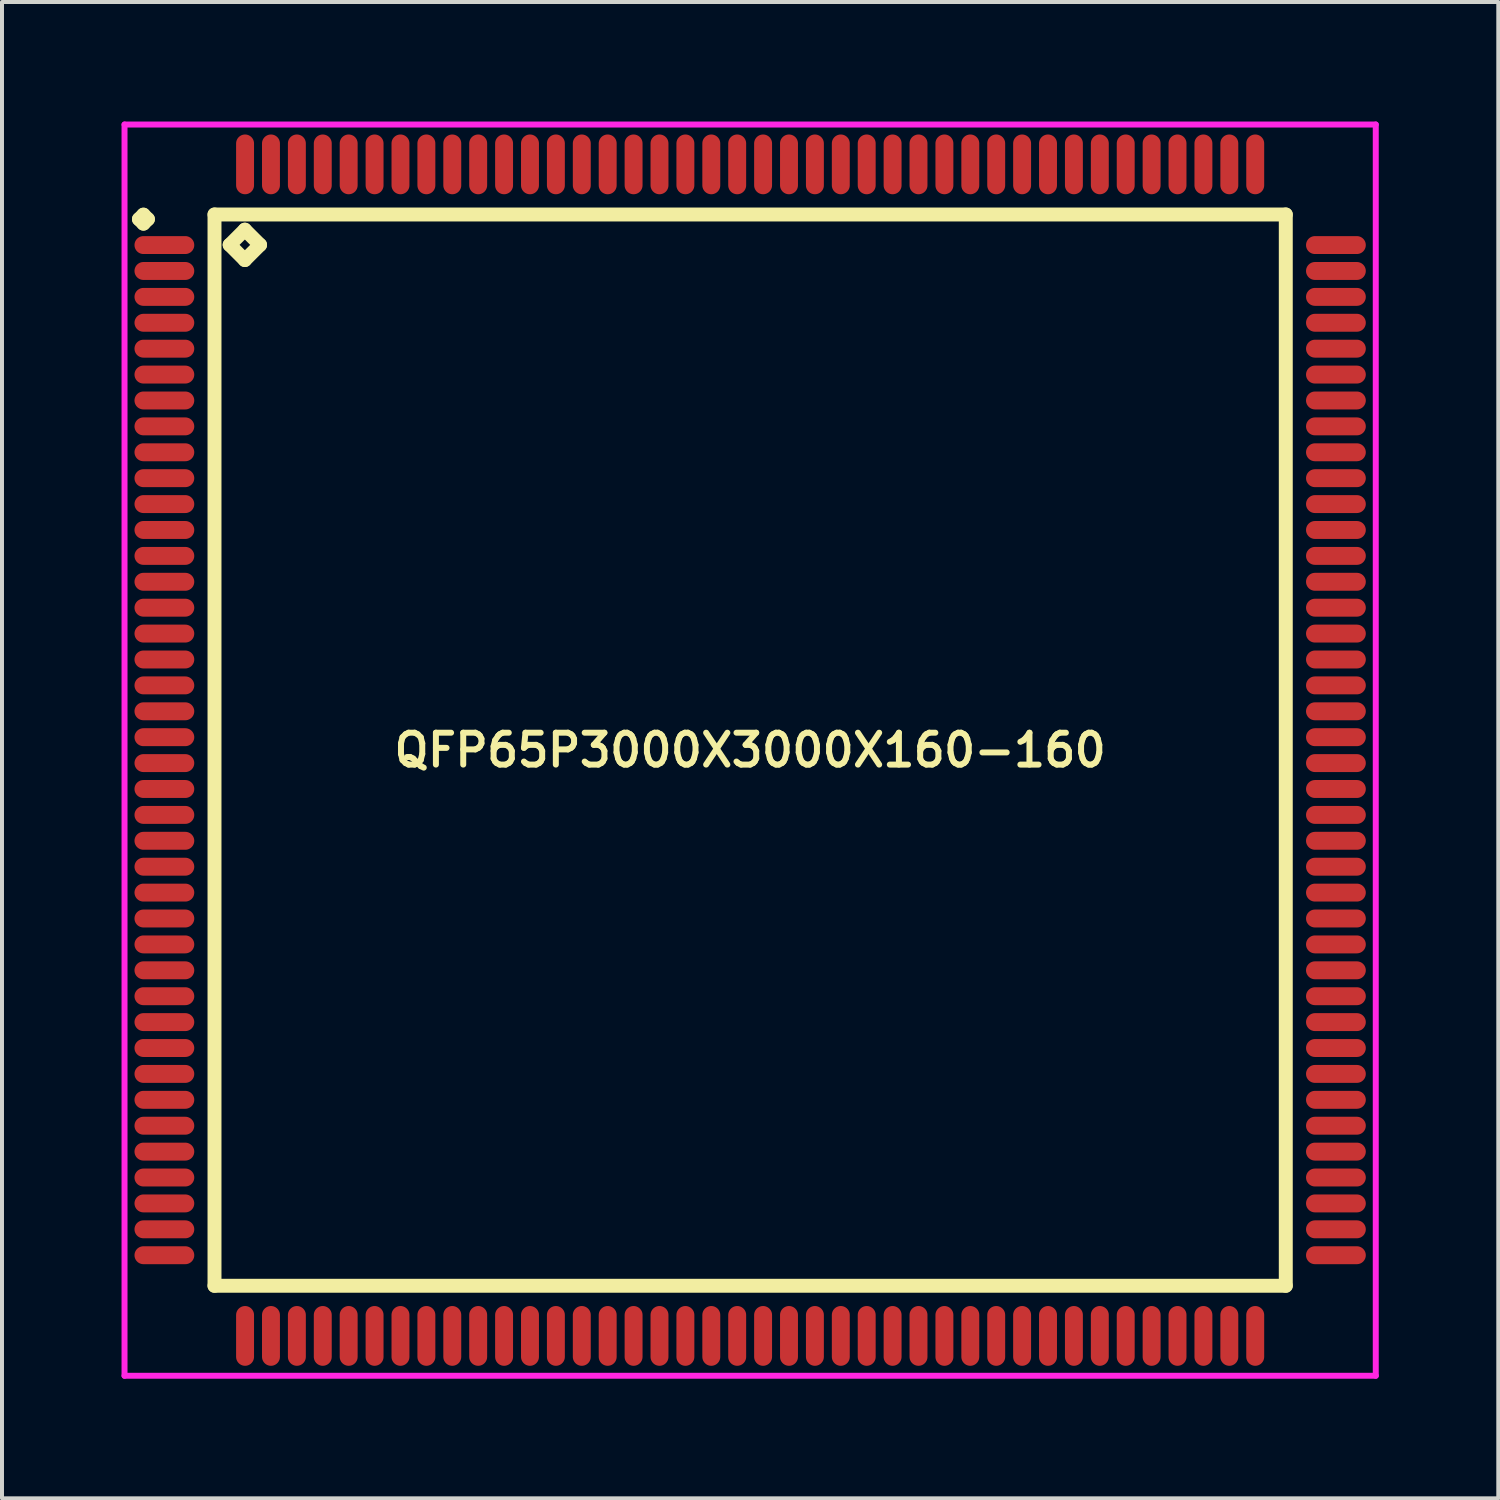
<source format=kicad_pcb>
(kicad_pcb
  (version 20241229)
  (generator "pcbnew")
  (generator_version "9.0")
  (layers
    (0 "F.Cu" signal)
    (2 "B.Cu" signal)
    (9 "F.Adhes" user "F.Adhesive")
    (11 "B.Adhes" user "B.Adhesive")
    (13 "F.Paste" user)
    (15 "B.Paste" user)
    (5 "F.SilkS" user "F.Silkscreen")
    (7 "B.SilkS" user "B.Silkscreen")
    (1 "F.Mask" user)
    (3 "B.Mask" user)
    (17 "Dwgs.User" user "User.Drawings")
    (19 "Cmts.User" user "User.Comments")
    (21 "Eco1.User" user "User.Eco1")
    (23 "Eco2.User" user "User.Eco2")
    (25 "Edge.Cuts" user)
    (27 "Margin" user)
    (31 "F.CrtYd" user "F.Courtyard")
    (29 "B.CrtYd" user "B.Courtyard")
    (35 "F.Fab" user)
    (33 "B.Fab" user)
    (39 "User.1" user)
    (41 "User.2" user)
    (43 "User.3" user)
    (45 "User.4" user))
  (footprint "QFP65P3000X3000X160-160"
    (layer "F.Cu")
    (at 15.775 15.775)
    (property "Reference" "QFP65P3000X3000X160-160" (at 0 0 0) (layer "F.SilkS") (effects (font (size 0.8 0.8) (thickness 0.15))))
    (attr smd)
    (fp_line (start -15.338 -13.325) (end -15.225 -13.438) (stroke (width 0.35) (type solid)) (layer "F.SilkS"))
    (fp_line (start -15.225 -13.438) (end -15.113 -13.325) (stroke (width 0.35) (type solid)) (layer "F.SilkS"))
    (fp_line (start -15.225 -13.213) (end -15.338 -13.325) (stroke (width 0.35) (type solid)) (layer "F.SilkS"))
    (fp_line (start -15.113 -13.325) (end -15.225 -13.213) (stroke (width 0.35) (type solid)) (layer "F.SilkS"))
    (fp_line (start -13.442 -13.442) (end -13.442 13.442) (stroke (width 0.35) (type solid)) (layer "F.SilkS"))
    (fp_line (start -13.442 13.442) (end 13.442 13.442) (stroke (width 0.35) (type solid)) (layer "F.SilkS"))
    (fp_line (start -13.061 -12.68) (end -12.68 -13.061) (stroke (width 0.35) (type solid)) (layer "F.SilkS"))
    (fp_line (start -12.68 -13.061) (end -12.299 -12.68) (stroke (width 0.35) (type solid)) (layer "F.SilkS"))
    (fp_line (start -12.68 -12.299) (end -13.061 -12.68) (stroke (width 0.35) (type solid)) (layer "F.SilkS"))
    (fp_line (start -12.299 -12.68) (end -12.68 -12.299) (stroke (width 0.35) (type solid)) (layer "F.SilkS"))
    (fp_line (start 13.442 -13.442) (end -13.442 -13.442) (stroke (width 0.35) (type solid)) (layer "F.SilkS"))
    (fp_line (start 13.442 13.442) (end 13.442 -13.442) (stroke (width 0.35) (type solid)) (layer "F.SilkS"))
    (fp_line (start -15.7 -15.7) (end 15.7 -15.7) (stroke (width 0.15) (type solid)) (layer "F.CrtYd"))
    (fp_line (start -15.7 15.7) (end -15.7 -15.7) (stroke (width 0.15) (type solid)) (layer "F.CrtYd"))
    (fp_line (start 15.7 -15.7) (end 15.7 15.7) (stroke (width 0.15) (type solid)) (layer "F.CrtYd"))
    (fp_line (start 15.7 15.7) (end -15.7 15.7) (stroke (width 0.15) (type solid)) (layer "F.CrtYd"))
    (pad "1" smd oval (at -14.7 -12.675) (size 1.5 0.45) (layers "F.Cu" "F.Mask" "F.Paste"))
    (pad "2" smd oval (at -14.7 -12.025) (size 1.5 0.45) (layers "F.Cu" "F.Mask" "F.Paste"))
    (pad "3" smd oval (at -14.7 -11.375) (size 1.5 0.45) (layers "F.Cu" "F.Mask" "F.Paste"))
    (pad "4" smd oval (at -14.7 -10.725) (size 1.5 0.45) (layers "F.Cu" "F.Mask" "F.Paste"))
    (pad "5" smd oval (at -14.7 -10.075) (size 1.5 0.45) (layers "F.Cu" "F.Mask" "F.Paste"))
    (pad "6" smd oval (at -14.7 -9.425) (size 1.5 0.45) (layers "F.Cu" "F.Mask" "F.Paste"))
    (pad "7" smd oval (at -14.7 -8.775) (size 1.5 0.45) (layers "F.Cu" "F.Mask" "F.Paste"))
    (pad "8" smd oval (at -14.7 -8.125) (size 1.5 0.45) (layers "F.Cu" "F.Mask" "F.Paste"))
    (pad "9" smd oval (at -14.7 -7.475) (size 1.5 0.45) (layers "F.Cu" "F.Mask" "F.Paste"))
    (pad "10" smd oval (at -14.7 -6.825) (size 1.5 0.45) (layers "F.Cu" "F.Mask" "F.Paste"))
    (pad "11" smd oval (at -14.7 -6.175) (size 1.5 0.45) (layers "F.Cu" "F.Mask" "F.Paste"))
    (pad "12" smd oval (at -14.7 -5.525) (size 1.5 0.45) (layers "F.Cu" "F.Mask" "F.Paste"))
    (pad "13" smd oval (at -14.7 -4.875) (size 1.5 0.45) (layers "F.Cu" "F.Mask" "F.Paste"))
    (pad "14" smd oval (at -14.7 -4.225) (size 1.5 0.45) (layers "F.Cu" "F.Mask" "F.Paste"))
    (pad "15" smd oval (at -14.7 -3.575) (size 1.5 0.45) (layers "F.Cu" "F.Mask" "F.Paste"))
    (pad "16" smd oval (at -14.7 -2.925) (size 1.5 0.45) (layers "F.Cu" "F.Mask" "F.Paste"))
    (pad "17" smd oval (at -14.7 -2.275) (size 1.5 0.45) (layers "F.Cu" "F.Mask" "F.Paste"))
    (pad "18" smd oval (at -14.7 -1.625) (size 1.5 0.45) (layers "F.Cu" "F.Mask" "F.Paste"))
    (pad "19" smd oval (at -14.7 -0.975) (size 1.5 0.45) (layers "F.Cu" "F.Mask" "F.Paste"))
    (pad "20" smd oval (at -14.7 -0.325) (size 1.5 0.45) (layers "F.Cu" "F.Mask" "F.Paste"))
    (pad "21" smd oval (at -14.7 0.325) (size 1.5 0.45) (layers "F.Cu" "F.Mask" "F.Paste"))
    (pad "22" smd oval (at -14.7 0.975) (size 1.5 0.45) (layers "F.Cu" "F.Mask" "F.Paste"))
    (pad "23" smd oval (at -14.7 1.625) (size 1.5 0.45) (layers "F.Cu" "F.Mask" "F.Paste"))
    (pad "24" smd oval (at -14.7 2.275) (size 1.5 0.45) (layers "F.Cu" "F.Mask" "F.Paste"))
    (pad "25" smd oval (at -14.7 2.925) (size 1.5 0.45) (layers "F.Cu" "F.Mask" "F.Paste"))
    (pad "26" smd oval (at -14.7 3.575) (size 1.5 0.45) (layers "F.Cu" "F.Mask" "F.Paste"))
    (pad "27" smd oval (at -14.7 4.225) (size 1.5 0.45) (layers "F.Cu" "F.Mask" "F.Paste"))
    (pad "28" smd oval (at -14.7 4.875) (size 1.5 0.45) (layers "F.Cu" "F.Mask" "F.Paste"))
    (pad "29" smd oval (at -14.7 5.525) (size 1.5 0.45) (layers "F.Cu" "F.Mask" "F.Paste"))
    (pad "30" smd oval (at -14.7 6.175) (size 1.5 0.45) (layers "F.Cu" "F.Mask" "F.Paste"))
    (pad "31" smd oval (at -14.7 6.825) (size 1.5 0.45) (layers "F.Cu" "F.Mask" "F.Paste"))
    (pad "32" smd oval (at -14.7 7.475) (size 1.5 0.45) (layers "F.Cu" "F.Mask" "F.Paste"))
    (pad "33" smd oval (at -14.7 8.125) (size 1.5 0.45) (layers "F.Cu" "F.Mask" "F.Paste"))
    (pad "34" smd oval (at -14.7 8.775) (size 1.5 0.45) (layers "F.Cu" "F.Mask" "F.Paste"))
    (pad "35" smd oval (at -14.7 9.425) (size 1.5 0.45) (layers "F.Cu" "F.Mask" "F.Paste"))
    (pad "36" smd oval (at -14.7 10.075) (size 1.5 0.45) (layers "F.Cu" "F.Mask" "F.Paste"))
    (pad "37" smd oval (at -14.7 10.725) (size 1.5 0.45) (layers "F.Cu" "F.Mask" "F.Paste"))
    (pad "38" smd oval (at -14.7 11.375) (size 1.5 0.45) (layers "F.Cu" "F.Mask" "F.Paste"))
    (pad "39" smd oval (at -14.7 12.025) (size 1.5 0.45) (layers "F.Cu" "F.Mask" "F.Paste"))
    (pad "40" smd oval (at -14.7 12.675) (size 1.5 0.45) (layers "F.Cu" "F.Mask" "F.Paste"))
    (pad "41" smd oval (at -12.675 14.7) (size 0.45 1.5) (layers "F.Cu" "F.Mask" "F.Paste"))
    (pad "42" smd oval (at -12.025 14.7) (size 0.45 1.5) (layers "F.Cu" "F.Mask" "F.Paste"))
    (pad "43" smd oval (at -11.375 14.7) (size 0.45 1.5) (layers "F.Cu" "F.Mask" "F.Paste"))
    (pad "44" smd oval (at -10.725 14.7) (size 0.45 1.5) (layers "F.Cu" "F.Mask" "F.Paste"))
    (pad "45" smd oval (at -10.075 14.7) (size 0.45 1.5) (layers "F.Cu" "F.Mask" "F.Paste"))
    (pad "46" smd oval (at -9.425 14.7) (size 0.45 1.5) (layers "F.Cu" "F.Mask" "F.Paste"))
    (pad "47" smd oval (at -8.775 14.7) (size 0.45 1.5) (layers "F.Cu" "F.Mask" "F.Paste"))
    (pad "48" smd oval (at -8.125 14.7) (size 0.45 1.5) (layers "F.Cu" "F.Mask" "F.Paste"))
    (pad "49" smd oval (at -7.475 14.7) (size 0.45 1.5) (layers "F.Cu" "F.Mask" "F.Paste"))
    (pad "50" smd oval (at -6.825 14.7) (size 0.45 1.5) (layers "F.Cu" "F.Mask" "F.Paste"))
    (pad "51" smd oval (at -6.175 14.7) (size 0.45 1.5) (layers "F.Cu" "F.Mask" "F.Paste"))
    (pad "52" smd oval (at -5.525 14.7) (size 0.45 1.5) (layers "F.Cu" "F.Mask" "F.Paste"))
    (pad "53" smd oval (at -4.875 14.7) (size 0.45 1.5) (layers "F.Cu" "F.Mask" "F.Paste"))
    (pad "54" smd oval (at -4.225 14.7) (size 0.45 1.5) (layers "F.Cu" "F.Mask" "F.Paste"))
    (pad "55" smd oval (at -3.575 14.7) (size 0.45 1.5) (layers "F.Cu" "F.Mask" "F.Paste"))
    (pad "56" smd oval (at -2.925 14.7) (size 0.45 1.5) (layers "F.Cu" "F.Mask" "F.Paste"))
    (pad "57" smd oval (at -2.275 14.7) (size 0.45 1.5) (layers "F.Cu" "F.Mask" "F.Paste"))
    (pad "58" smd oval (at -1.625 14.7) (size 0.45 1.5) (layers "F.Cu" "F.Mask" "F.Paste"))
    (pad "59" smd oval (at -0.975 14.7) (size 0.45 1.5) (layers "F.Cu" "F.Mask" "F.Paste"))
    (pad "60" smd oval (at -0.325 14.7) (size 0.45 1.5) (layers "F.Cu" "F.Mask" "F.Paste"))
    (pad "61" smd oval (at 0.325 14.7) (size 0.45 1.5) (layers "F.Cu" "F.Mask" "F.Paste"))
    (pad "62" smd oval (at 0.975 14.7) (size 0.45 1.5) (layers "F.Cu" "F.Mask" "F.Paste"))
    (pad "63" smd oval (at 1.625 14.7) (size 0.45 1.5) (layers "F.Cu" "F.Mask" "F.Paste"))
    (pad "64" smd oval (at 2.275 14.7) (size 0.45 1.5) (layers "F.Cu" "F.Mask" "F.Paste"))
    (pad "65" smd oval (at 2.925 14.7) (size 0.45 1.5) (layers "F.Cu" "F.Mask" "F.Paste"))
    (pad "66" smd oval (at 3.575 14.7) (size 0.45 1.5) (layers "F.Cu" "F.Mask" "F.Paste"))
    (pad "67" smd oval (at 4.225 14.7) (size 0.45 1.5) (layers "F.Cu" "F.Mask" "F.Paste"))
    (pad "68" smd oval (at 4.875 14.7) (size 0.45 1.5) (layers "F.Cu" "F.Mask" "F.Paste"))
    (pad "69" smd oval (at 5.525 14.7) (size 0.45 1.5) (layers "F.Cu" "F.Mask" "F.Paste"))
    (pad "70" smd oval (at 6.175 14.7) (size 0.45 1.5) (layers "F.Cu" "F.Mask" "F.Paste"))
    (pad "71" smd oval (at 6.825 14.7) (size 0.45 1.5) (layers "F.Cu" "F.Mask" "F.Paste"))
    (pad "72" smd oval (at 7.475 14.7) (size 0.45 1.5) (layers "F.Cu" "F.Mask" "F.Paste"))
    (pad "73" smd oval (at 8.125 14.7) (size 0.45 1.5) (layers "F.Cu" "F.Mask" "F.Paste"))
    (pad "74" smd oval (at 8.775 14.7) (size 0.45 1.5) (layers "F.Cu" "F.Mask" "F.Paste"))
    (pad "75" smd oval (at 9.425 14.7) (size 0.45 1.5) (layers "F.Cu" "F.Mask" "F.Paste"))
    (pad "76" smd oval (at 10.075 14.7) (size 0.45 1.5) (layers "F.Cu" "F.Mask" "F.Paste"))
    (pad "77" smd oval (at 10.725 14.7) (size 0.45 1.5) (layers "F.Cu" "F.Mask" "F.Paste"))
    (pad "78" smd oval (at 11.375 14.7) (size 0.45 1.5) (layers "F.Cu" "F.Mask" "F.Paste"))
    (pad "79" smd oval (at 12.025 14.7) (size 0.45 1.5) (layers "F.Cu" "F.Mask" "F.Paste"))
    (pad "80" smd oval (at 12.675 14.7) (size 0.45 1.5) (layers "F.Cu" "F.Mask" "F.Paste"))
    (pad "81" smd oval (at 14.7 12.675) (size 1.5 0.45) (layers "F.Cu" "F.Mask" "F.Paste"))
    (pad "82" smd oval (at 14.7 12.025) (size 1.5 0.45) (layers "F.Cu" "F.Mask" "F.Paste"))
    (pad "83" smd oval (at 14.7 11.375) (size 1.5 0.45) (layers "F.Cu" "F.Mask" "F.Paste"))
    (pad "84" smd oval (at 14.7 10.725) (size 1.5 0.45) (layers "F.Cu" "F.Mask" "F.Paste"))
    (pad "85" smd oval (at 14.7 10.075) (size 1.5 0.45) (layers "F.Cu" "F.Mask" "F.Paste"))
    (pad "86" smd oval (at 14.7 9.425) (size 1.5 0.45) (layers "F.Cu" "F.Mask" "F.Paste"))
    (pad "87" smd oval (at 14.7 8.775) (size 1.5 0.45) (layers "F.Cu" "F.Mask" "F.Paste"))
    (pad "88" smd oval (at 14.7 8.125) (size 1.5 0.45) (layers "F.Cu" "F.Mask" "F.Paste"))
    (pad "89" smd oval (at 14.7 7.475) (size 1.5 0.45) (layers "F.Cu" "F.Mask" "F.Paste"))
    (pad "90" smd oval (at 14.7 6.825) (size 1.5 0.45) (layers "F.Cu" "F.Mask" "F.Paste"))
    (pad "91" smd oval (at 14.7 6.175) (size 1.5 0.45) (layers "F.Cu" "F.Mask" "F.Paste"))
    (pad "92" smd oval (at 14.7 5.525) (size 1.5 0.45) (layers "F.Cu" "F.Mask" "F.Paste"))
    (pad "93" smd oval (at 14.7 4.875) (size 1.5 0.45) (layers "F.Cu" "F.Mask" "F.Paste"))
    (pad "94" smd oval (at 14.7 4.225) (size 1.5 0.45) (layers "F.Cu" "F.Mask" "F.Paste"))
    (pad "95" smd oval (at 14.7 3.575) (size 1.5 0.45) (layers "F.Cu" "F.Mask" "F.Paste"))
    (pad "96" smd oval (at 14.7 2.925) (size 1.5 0.45) (layers "F.Cu" "F.Mask" "F.Paste"))
    (pad "97" smd oval (at 14.7 2.275) (size 1.5 0.45) (layers "F.Cu" "F.Mask" "F.Paste"))
    (pad "98" smd oval (at 14.7 1.625) (size 1.5 0.45) (layers "F.Cu" "F.Mask" "F.Paste"))
    (pad "99" smd oval (at 14.7 0.975) (size 1.5 0.45) (layers "F.Cu" "F.Mask" "F.Paste"))
    (pad "100" smd oval (at 14.7 0.325) (size 1.5 0.45) (layers "F.Cu" "F.Mask" "F.Paste"))
    (pad "101" smd oval (at 14.7 -0.325) (size 1.5 0.45) (layers "F.Cu" "F.Mask" "F.Paste"))
    (pad "102" smd oval (at 14.7 -0.975) (size 1.5 0.45) (layers "F.Cu" "F.Mask" "F.Paste"))
    (pad "103" smd oval (at 14.7 -1.625) (size 1.5 0.45) (layers "F.Cu" "F.Mask" "F.Paste"))
    (pad "104" smd oval (at 14.7 -2.275) (size 1.5 0.45) (layers "F.Cu" "F.Mask" "F.Paste"))
    (pad "105" smd oval (at 14.7 -2.925) (size 1.5 0.45) (layers "F.Cu" "F.Mask" "F.Paste"))
    (pad "106" smd oval (at 14.7 -3.575) (size 1.5 0.45) (layers "F.Cu" "F.Mask" "F.Paste"))
    (pad "107" smd oval (at 14.7 -4.225) (size 1.5 0.45) (layers "F.Cu" "F.Mask" "F.Paste"))
    (pad "108" smd oval (at 14.7 -4.875) (size 1.5 0.45) (layers "F.Cu" "F.Mask" "F.Paste"))
    (pad "109" smd oval (at 14.7 -5.525) (size 1.5 0.45) (layers "F.Cu" "F.Mask" "F.Paste"))
    (pad "110" smd oval (at 14.7 -6.175) (size 1.5 0.45) (layers "F.Cu" "F.Mask" "F.Paste"))
    (pad "111" smd oval (at 14.7 -6.825) (size 1.5 0.45) (layers "F.Cu" "F.Mask" "F.Paste"))
    (pad "112" smd oval (at 14.7 -7.475) (size 1.5 0.45) (layers "F.Cu" "F.Mask" "F.Paste"))
    (pad "113" smd oval (at 14.7 -8.125) (size 1.5 0.45) (layers "F.Cu" "F.Mask" "F.Paste"))
    (pad "114" smd oval (at 14.7 -8.775) (size 1.5 0.45) (layers "F.Cu" "F.Mask" "F.Paste"))
    (pad "115" smd oval (at 14.7 -9.425) (size 1.5 0.45) (layers "F.Cu" "F.Mask" "F.Paste"))
    (pad "116" smd oval (at 14.7 -10.075) (size 1.5 0.45) (layers "F.Cu" "F.Mask" "F.Paste"))
    (pad "117" smd oval (at 14.7 -10.725) (size 1.5 0.45) (layers "F.Cu" "F.Mask" "F.Paste"))
    (pad "118" smd oval (at 14.7 -11.375) (size 1.5 0.45) (layers "F.Cu" "F.Mask" "F.Paste"))
    (pad "119" smd oval (at 14.7 -12.025) (size 1.5 0.45) (layers "F.Cu" "F.Mask" "F.Paste"))
    (pad "120" smd oval (at 14.7 -12.675) (size 1.5 0.45) (layers "F.Cu" "F.Mask" "F.Paste"))
    (pad "121" smd oval (at 12.675 -14.7) (size 0.45 1.5) (layers "F.Cu" "F.Mask" "F.Paste"))
    (pad "122" smd oval (at 12.025 -14.7) (size 0.45 1.5) (layers "F.Cu" "F.Mask" "F.Paste"))
    (pad "123" smd oval (at 11.375 -14.7) (size 0.45 1.5) (layers "F.Cu" "F.Mask" "F.Paste"))
    (pad "124" smd oval (at 10.725 -14.7) (size 0.45 1.5) (layers "F.Cu" "F.Mask" "F.Paste"))
    (pad "125" smd oval (at 10.075 -14.7) (size 0.45 1.5) (layers "F.Cu" "F.Mask" "F.Paste"))
    (pad "126" smd oval (at 9.425 -14.7) (size 0.45 1.5) (layers "F.Cu" "F.Mask" "F.Paste"))
    (pad "127" smd oval (at 8.775 -14.7) (size 0.45 1.5) (layers "F.Cu" "F.Mask" "F.Paste"))
    (pad "128" smd oval (at 8.125 -14.7) (size 0.45 1.5) (layers "F.Cu" "F.Mask" "F.Paste"))
    (pad "129" smd oval (at 7.475 -14.7) (size 0.45 1.5) (layers "F.Cu" "F.Mask" "F.Paste"))
    (pad "130" smd oval (at 6.825 -14.7) (size 0.45 1.5) (layers "F.Cu" "F.Mask" "F.Paste"))
    (pad "131" smd oval (at 6.175 -14.7) (size 0.45 1.5) (layers "F.Cu" "F.Mask" "F.Paste"))
    (pad "132" smd oval (at 5.525 -14.7) (size 0.45 1.5) (layers "F.Cu" "F.Mask" "F.Paste"))
    (pad "133" smd oval (at 4.875 -14.7) (size 0.45 1.5) (layers "F.Cu" "F.Mask" "F.Paste"))
    (pad "134" smd oval (at 4.225 -14.7) (size 0.45 1.5) (layers "F.Cu" "F.Mask" "F.Paste"))
    (pad "135" smd oval (at 3.575 -14.7) (size 0.45 1.5) (layers "F.Cu" "F.Mask" "F.Paste"))
    (pad "136" smd oval (at 2.925 -14.7) (size 0.45 1.5) (layers "F.Cu" "F.Mask" "F.Paste"))
    (pad "137" smd oval (at 2.275 -14.7) (size 0.45 1.5) (layers "F.Cu" "F.Mask" "F.Paste"))
    (pad "138" smd oval (at 1.625 -14.7) (size 0.45 1.5) (layers "F.Cu" "F.Mask" "F.Paste"))
    (pad "139" smd oval (at 0.975 -14.7) (size 0.45 1.5) (layers "F.Cu" "F.Mask" "F.Paste"))
    (pad "140" smd oval (at 0.325 -14.7) (size 0.45 1.5) (layers "F.Cu" "F.Mask" "F.Paste"))
    (pad "141" smd oval (at -0.325 -14.7) (size 0.45 1.5) (layers "F.Cu" "F.Mask" "F.Paste"))
    (pad "142" smd oval (at -0.975 -14.7) (size 0.45 1.5) (layers "F.Cu" "F.Mask" "F.Paste"))
    (pad "143" smd oval (at -1.625 -14.7) (size 0.45 1.5) (layers "F.Cu" "F.Mask" "F.Paste"))
    (pad "144" smd oval (at -2.275 -14.7) (size 0.45 1.5) (layers "F.Cu" "F.Mask" "F.Paste"))
    (pad "145" smd oval (at -2.925 -14.7) (size 0.45 1.5) (layers "F.Cu" "F.Mask" "F.Paste"))
    (pad "146" smd oval (at -3.575 -14.7) (size 0.45 1.5) (layers "F.Cu" "F.Mask" "F.Paste"))
    (pad "147" smd oval (at -4.225 -14.7) (size 0.45 1.5) (layers "F.Cu" "F.Mask" "F.Paste"))
    (pad "148" smd oval (at -4.875 -14.7) (size 0.45 1.5) (layers "F.Cu" "F.Mask" "F.Paste"))
    (pad "149" smd oval (at -5.525 -14.7) (size 0.45 1.5) (layers "F.Cu" "F.Mask" "F.Paste"))
    (pad "150" smd oval (at -6.175 -14.7) (size 0.45 1.5) (layers "F.Cu" "F.Mask" "F.Paste"))
    (pad "151" smd oval (at -6.825 -14.7) (size 0.45 1.5) (layers "F.Cu" "F.Mask" "F.Paste"))
    (pad "152" smd oval (at -7.475 -14.7) (size 0.45 1.5) (layers "F.Cu" "F.Mask" "F.Paste"))
    (pad "153" smd oval (at -8.125 -14.7) (size 0.45 1.5) (layers "F.Cu" "F.Mask" "F.Paste"))
    (pad "154" smd oval (at -8.775 -14.7) (size 0.45 1.5) (layers "F.Cu" "F.Mask" "F.Paste"))
    (pad "155" smd oval (at -9.425 -14.7) (size 0.45 1.5) (layers "F.Cu" "F.Mask" "F.Paste"))
    (pad "156" smd oval (at -10.075 -14.7) (size 0.45 1.5) (layers "F.Cu" "F.Mask" "F.Paste"))
    (pad "157" smd oval (at -10.725 -14.7) (size 0.45 1.5) (layers "F.Cu" "F.Mask" "F.Paste"))
    (pad "158" smd oval (at -11.375 -14.7) (size 0.45 1.5) (layers "F.Cu" "F.Mask" "F.Paste"))
    (pad "159" smd oval (at -12.025 -14.7) (size 0.45 1.5) (layers "F.Cu" "F.Mask" "F.Paste"))
    (pad "160" smd oval (at -12.675 -14.7) (size 0.45 1.5) (layers "F.Cu" "F.Mask" "F.Paste")))
  (gr_rect
    (start -3 -3)
    (end 34.55 34.55)
    (stroke (width 0.1) (type default))
    (fill no)
    (layer "Edge.Cuts")))
</source>
